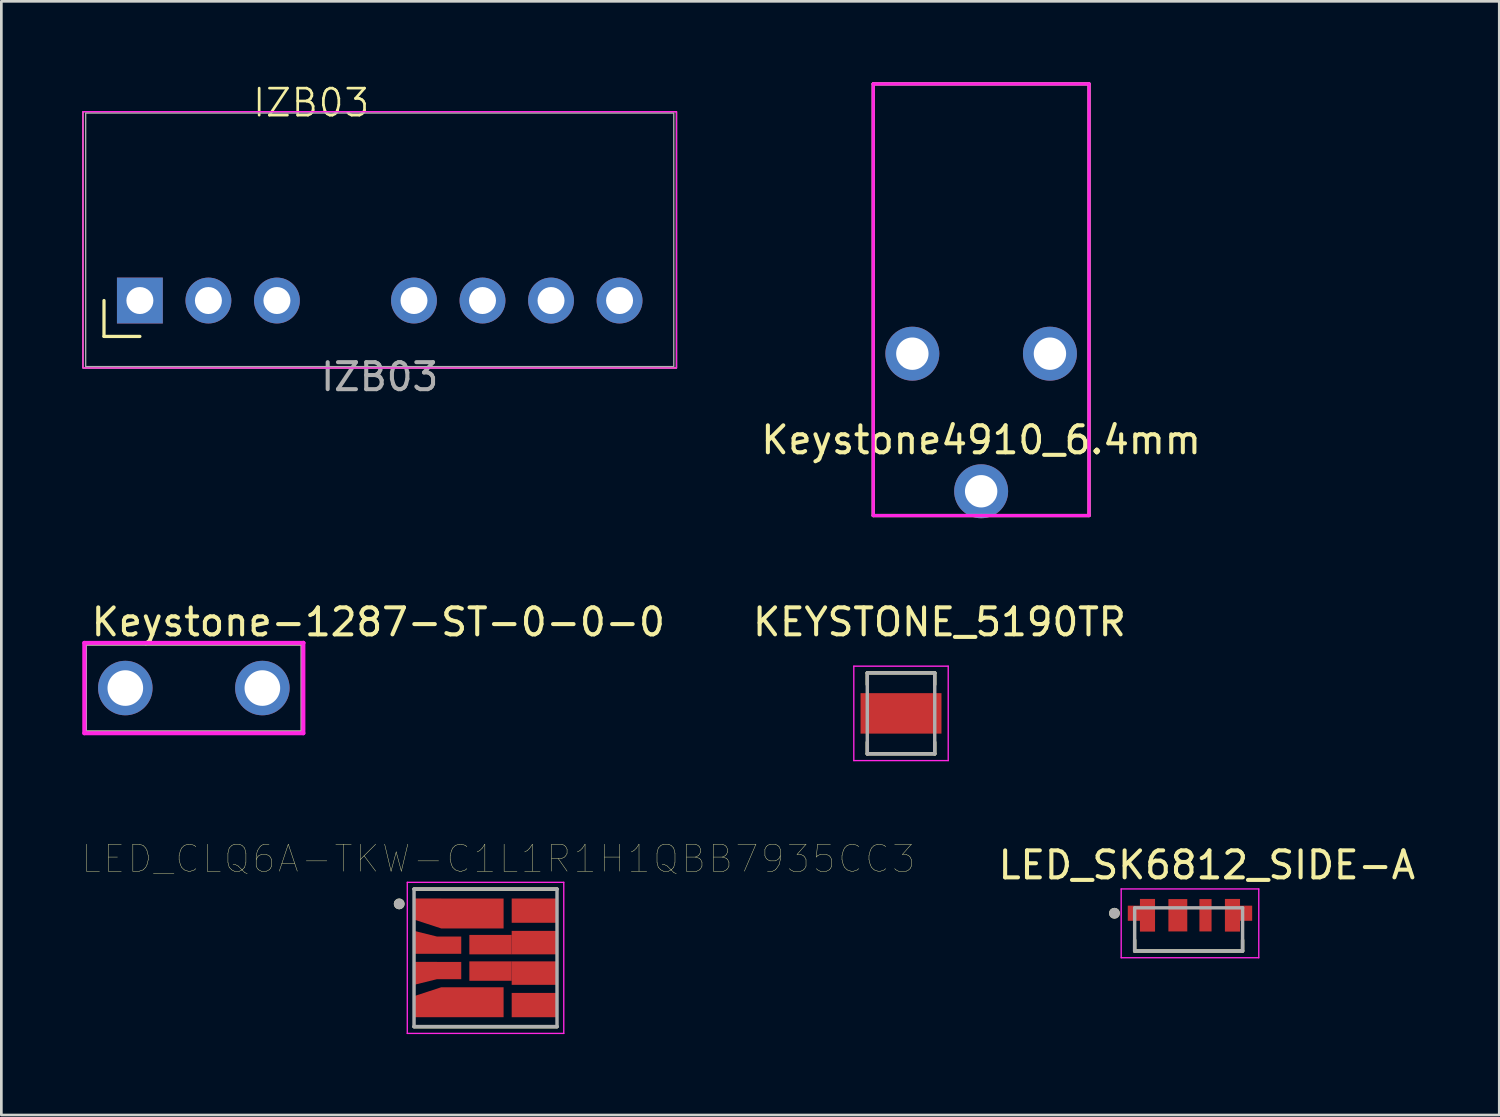
<source format=kicad_pcb>
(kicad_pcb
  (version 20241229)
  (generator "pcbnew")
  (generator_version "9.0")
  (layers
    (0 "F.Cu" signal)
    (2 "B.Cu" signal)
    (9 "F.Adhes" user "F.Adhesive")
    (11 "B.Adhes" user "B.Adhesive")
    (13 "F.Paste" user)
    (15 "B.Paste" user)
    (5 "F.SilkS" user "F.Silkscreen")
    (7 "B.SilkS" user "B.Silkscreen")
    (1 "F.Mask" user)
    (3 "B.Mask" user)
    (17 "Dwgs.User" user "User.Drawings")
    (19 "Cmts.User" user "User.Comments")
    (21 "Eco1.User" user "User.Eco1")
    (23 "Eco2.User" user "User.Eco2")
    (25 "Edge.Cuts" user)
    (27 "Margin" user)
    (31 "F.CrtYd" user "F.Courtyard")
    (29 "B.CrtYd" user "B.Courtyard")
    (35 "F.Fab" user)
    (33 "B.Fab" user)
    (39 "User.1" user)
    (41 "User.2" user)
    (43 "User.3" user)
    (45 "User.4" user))
  (footprint "LED_SK6812_SIDE-A"
    (layer "F.Cu")
    (at 41.009 31.401)
    (property "Reference" "LED_SK6812_SIDE-A" (at 0.675 -2.385 0) (layer "F.SilkS") (effects (font (size 1 1) (thickness 0.15))))
    (attr smd)
    (fp_poly (pts (xy -1.9 -0.225) (xy -2.35 -0.225) (xy -2.35 -0.975) (xy -1.9 -0.975) (xy -1.9 -1.225) (xy -1.15 -1.225) (xy -1.15 0.175) (xy -1.9 0.175)) (stroke (width 0.01) (type solid)) (fill yes) (layer "F.Mask"))
    (fp_poly (pts (xy 2 0.175) (xy 1.25 0.175) (xy 1.25 -1.225) (xy 2 -1.225) (xy 2 -0.975) (xy 2.45 -0.975) (xy 2.45 -0.225) (xy 2 -0.225)) (stroke (width 0.01) (type solid)) (fill yes) (layer "F.Mask"))
    (fp_line (start -2 0.395) (end -2 0.8) (stroke (width 0.127) (type solid)) (layer "F.SilkS"))
    (fp_line (start -2 0.8) (end 2 0.8) (stroke (width 0.127) (type solid)) (layer "F.SilkS"))
    (fp_line (start 2 0.395) (end 2 0.8) (stroke (width 0.127) (type solid)) (layer "F.SilkS"))
    (fp_circle (center -2.75 -0.6) (end -2.65 -0.6) (stroke (width 0.2) (type solid)) (fill no) (layer "F.SilkS"))
    (fp_poly (pts (xy -1.8 -0.325) (xy -2.25 -0.325) (xy -2.25 -0.875) (xy -1.8 -0.875) (xy -1.8 -1.125) (xy -1.25 -1.125) (xy -1.25 0.075) (xy -1.8 0.075)) (stroke (width 0.01) (type solid)) (fill yes) (layer "F.Paste"))
    (fp_poly (pts (xy 1.35 -1.125) (xy 1.35 0.075) (xy 1.9 0.075) (xy 1.9 -0.325) (xy 2.35 -0.325) (xy 2.35 -0.875) (xy 1.9 -0.875) (xy 1.9 -1.125)) (stroke (width 0.01) (type solid)) (fill yes) (layer "F.Paste"))
    (fp_line (start -2.5 -1.5) (end 2.6 -1.5) (stroke (width 0.05) (type solid)) (layer "F.CrtYd"))
    (fp_line (start -2.5 1.05) (end -2.5 -1.5) (stroke (width 0.05) (type solid)) (layer "F.CrtYd"))
    (fp_line (start 2.6 -1.5) (end 2.6 1.05) (stroke (width 0.05) (type solid)) (layer "F.CrtYd"))
    (fp_line (start 2.6 1.05) (end -2.5 1.05) (stroke (width 0.05) (type solid)) (layer "F.CrtYd"))
    (fp_line (start -2 -0.8) (end -2 0.8) (stroke (width 0.127) (type solid)) (layer "F.Fab"))
    (fp_line (start -2 -0.8) (end 2 -0.8) (stroke (width 0.127) (type solid)) (layer "F.Fab"))
    (fp_line (start -2 0.8) (end 2 0.8) (stroke (width 0.127) (type solid)) (layer "F.Fab"))
    (fp_line (start 2 -0.8) (end 2 0.8) (stroke (width 0.127) (type solid)) (layer "F.Fab"))
    (fp_circle (center -2.75 -0.6) (end -2.65 -0.6) (stroke (width 0.2) (type solid)) (fill no) (layer "F.Fab"))
    (pad "1" smd custom (at -1.525 -0.525) (size 0.5 1) (layers "F.Cu") (options (anchor rect)) (primitives (gr_poly (pts (xy -0.275 0.2) (xy -0.725 0.2) (xy -0.725 -0.35) (xy -0.275 -0.35) (xy -0.275 -0.6) (xy 0.275 -0.6) (xy 0.275 0.6) (xy -0.275 0.6)) (width 0.01) (fill yes))))
    (pad "2" smd rect (at -0.4 -0.525) (size 0.7 1.2) (layers "F.Cu" "F.Mask" "F.Paste"))
    (pad "3" smd rect (at 0.625 -0.525) (size 0.45 1.2) (layers "F.Cu" "F.Mask" "F.Paste"))
    (pad "4" smd custom (at 1.625 -0.525) (size 0.5 1) (layers "F.Cu") (options (anchor rect)) (primitives (gr_poly (pts (xy -0.275 -0.6) (xy -0.275 0.6) (xy 0.275 0.6) (xy 0.275 0.2) (xy 0.725 0.2) (xy 0.725 -0.35) (xy 0.275 -0.35) (xy 0.275 -0.6)) (width 0.01) (fill yes)))))
  (footprint "Keystone-1287-ST-0-0-0"
    (layer "F.Cu")
    (at 4.135 22.454)
    (property "Reference" "Keystone-1287-ST-0-0-0" (at -3.88 -2.445 0) (layer "F.SilkS") (effects (font (size 1 1) (thickness 0.15)) (justify left)))
    (attr through_hole)
    (fp_line (start -4.035 -1.65) (end 4.035 -1.65) (stroke (width 0.15) (type solid)) (layer "F.SilkS"))
    (fp_line (start -4.035 1.65) (end -4.035 -1.65) (stroke (width 0.15) (type solid)) (layer "F.SilkS"))
    (fp_line (start -4.035 1.65) (end 4.035 1.65) (stroke (width 0.15) (type solid)) (layer "F.SilkS"))
    (fp_line (start 4.035 1.65) (end 4.035 -1.65) (stroke (width 0.15) (type solid)) (layer "F.SilkS"))
    (fp_line (start -4.06 -1.675) (end -4.06 1.675) (stroke (width 0.15) (type solid)) (layer "F.CrtYd"))
    (fp_line (start -4.06 1.675) (end 4.06 1.675) (stroke (width 0.15) (type solid)) (layer "F.CrtYd"))
    (fp_line (start 4.06 -1.675) (end -4.06 -1.675) (stroke (width 0.15) (type solid)) (layer "F.CrtYd"))
    (fp_line (start 4.06 -1.675) (end 4.06 -1.675) (stroke (width 0.15) (type solid)) (layer "F.CrtYd"))
    (fp_line (start 4.06 1.675) (end 4.06 -1.675) (stroke (width 0.15) (type solid)) (layer "F.CrtYd"))
    (fp_line (start -4.035 -1.65) (end 4.035 -1.65) (stroke (width 0.15) (type solid)) (layer "F.Fab"))
    (fp_line (start -4.035 1.65) (end -4.035 -1.65) (stroke (width 0.15) (type solid)) (layer "F.Fab"))
    (fp_line (start 4.035 -1.65) (end 4.035 1.65) (stroke (width 0.15) (type solid)) (layer "F.Fab"))
    (fp_line (start 4.035 1.65) (end -4.035 1.65) (stroke (width 0.15) (type solid)) (layer "F.Fab"))
    (pad "1" thru_hole circle (at -2.54 0) (size 2.02 2.02) (drill 1.32) (layers "*.Cu" "*.Mask"))
    (pad "1" thru_hole circle (at 2.54 0) (size 2.02 2.02) (drill 1.32) (layers "*.Cu" "*.Mask")))
  (footprint "LED_CLQ6A-TKW-C1L1R1H1QBB7935CC3"
    (layer "F.Cu")
    (at 14.947 32.455)
    (property "Reference" "LED_CLQ6A-TKW-C1L1R1H1QBB7935CC3" (at 0.475 -3.675 0) (layer "F.SilkS") (effects (font (size 1 1) (thickness 0.015))))
    (attr through_hole)
    (fp_line (start -2.65 -2.55) (end 2.65 -2.55) (stroke (width 0.127) (type solid)) (layer "F.SilkS"))
    (fp_line (start 2.65 2.55) (end -2.65 2.55) (stroke (width 0.127) (type solid)) (layer "F.SilkS"))
    (fp_circle (center -3.2 -2) (end -3.1 -2) (stroke (width 0.2) (type solid)) (fill no) (layer "F.SilkS"))
    (fp_line (start -2.9 -2.8) (end 2.9 -2.8) (stroke (width 0.05) (type solid)) (layer "F.CrtYd"))
    (fp_line (start -2.9 2.8) (end -2.9 -2.8) (stroke (width 0.05) (type solid)) (layer "F.CrtYd"))
    (fp_line (start 2.9 -2.8) (end 2.9 2.8) (stroke (width 0.05) (type solid)) (layer "F.CrtYd"))
    (fp_line (start 2.9 2.8) (end -2.9 2.8) (stroke (width 0.05) (type solid)) (layer "F.CrtYd"))
    (fp_line (start -2.65 -2.55) (end 2.65 -2.55) (stroke (width 0.127) (type solid)) (layer "F.Fab"))
    (fp_line (start -2.65 2.55) (end -2.65 -2.55) (stroke (width 0.127) (type solid)) (layer "F.Fab"))
    (fp_line (start 2.65 -2.55) (end 2.65 2.55) (stroke (width 0.127) (type solid)) (layer "F.Fab"))
    (fp_line (start 2.65 2.55) (end -2.65 2.55) (stroke (width 0.127) (type solid)) (layer "F.Fab"))
    (fp_circle (center -3.2 -2) (end -3.1 -2) (stroke (width 0.2) (type solid)) (fill no) (layer "F.Fab"))
    (pad "1" smd custom (at -0.485 -1.645) (size 2.31 1.11) (layers "F.Cu" "F.Mask" "F.Paste") (options (anchor rect)) (primitives (gr_poly (pts (xy -1.155 -0.555) (xy -2.165 -0.555) (xy -2.165 0.225) (xy -1.155 0.555)) (width 0.001) (fill yes))))
    (pad "2" smd custom (at -1.35 -0.47) (size 0.9 0.64) (layers "F.Cu" "F.Mask" "F.Paste") (options (anchor rect)) (primitives (gr_poly (pts (xy -0.45 0.32) (xy -1.3 0.32) (xy -1.3 -0.53) (xy -0.45 -0.32)) (width 0.001) (fill yes))))
    (pad "3" smd custom (at -1.35 0.47) (size 0.9 0.64) (layers "F.Cu" "F.Mask" "F.Paste") (options (anchor rect)) (primitives (gr_poly (pts (xy -0.45 -0.32) (xy -1.3 -0.32) (xy -1.3 0.53) (xy -0.45 0.32)) (width 0.001) (fill yes))))
    (pad "4" smd custom (at -0.485 1.645) (size 2.31 1.11) (layers "F.Cu" "F.Mask" "F.Paste") (options (anchor rect)) (primitives (gr_poly (pts (xy -1.155 0.555) (xy -2.165 0.555) (xy -2.165 -0.225) (xy -1.155 -0.555)) (width 0.001) (fill yes))))
    (pad "5" smd rect (at 1.81 1.75) (size 1.68 0.9) (layers "F.Cu" "F.Mask" "F.Paste"))
    (pad "6" smd rect (at 0.185 0.49) (size 1.57 0.72) (layers "F.Cu" "F.Mask" "F.Paste"))
    (pad "6" smd rect (at 1.81 0.565) (size 1.68 0.87) (layers "F.Cu" "F.Mask" "F.Paste"))
    (pad "7" smd rect (at 0.185 -0.49) (size 1.57 0.72) (layers "F.Cu" "F.Mask" "F.Paste"))
    (pad "7" smd rect (at 1.81 -0.565) (size 1.68 0.87) (layers "F.Cu" "F.Mask" "F.Paste"))
    (pad "8" smd rect (at 1.81 -1.75) (size 1.68 0.9) (layers "F.Cu" "F.Mask" "F.Paste")))
  (footprint "KEYSTONE_5190TR"
    (layer "F.Cu")
    (at 30.348 23.393)
    (property "Reference" "KEYSTONE_5190TR" (at 1.425 -3.385 0) (layer "F.SilkS") (effects (font (size 1 1) (thickness 0.15))))
    (attr smd)
    (fp_line (start -1.25 -1.5) (end -1.25 -1.07) (stroke (width 0.127) (type solid)) (layer "F.SilkS"))
    (fp_line (start -1.25 1.5) (end -1.25 1.07) (stroke (width 0.127) (type solid)) (layer "F.SilkS"))
    (fp_line (start -1.25 1.5) (end 1.25 1.5) (stroke (width 0.127) (type solid)) (layer "F.SilkS"))
    (fp_line (start 1.25 -1.5) (end -1.25 -1.5) (stroke (width 0.127) (type solid)) (layer "F.SilkS"))
    (fp_line (start 1.25 -1.07) (end 1.25 -1.5) (stroke (width 0.127) (type solid)) (layer "F.SilkS"))
    (fp_line (start 1.25 1.5) (end 1.25 1.07) (stroke (width 0.127) (type solid)) (layer "F.SilkS"))
    (fp_line (start -1.75 -1.75) (end -1.75 1.75) (stroke (width 0.05) (type solid)) (layer "F.CrtYd"))
    (fp_line (start -1.75 1.75) (end 1.75 1.75) (stroke (width 0.05) (type solid)) (layer "F.CrtYd"))
    (fp_line (start 1.75 -1.75) (end -1.75 -1.75) (stroke (width 0.05) (type solid)) (layer "F.CrtYd"))
    (fp_line (start 1.75 1.75) (end 1.75 -1.75) (stroke (width 0.05) (type solid)) (layer "F.CrtYd"))
    (fp_line (start -1.25 -1.5) (end -1.25 1.5) (stroke (width 0.127) (type solid)) (layer "F.Fab"))
    (fp_line (start -1.25 1.5) (end 1.25 1.5) (stroke (width 0.127) (type solid)) (layer "F.Fab"))
    (fp_line (start 1.25 -1.5) (end -1.25 -1.5) (stroke (width 0.127) (type solid)) (layer "F.Fab"))
    (fp_line (start 1.25 1.5) (end 1.25 -1.5) (stroke (width 0.127) (type solid)) (layer "F.Fab"))
    (pad "TP" smd rect (at 0 0) (size 3 1.5) (layers "F.Cu" "F.Mask" "F.Paste")))
  (footprint "Keystone4910_6.4mm"
    (layer "F.Cu")
    (at 33.318 10.06)
    (property "Reference" "Keystone4910_6.4mm" (at 0 3.2 0) (layer "F.SilkS") (effects (font (size 1 1) (thickness 0.15))))
    (attr through_hole)
    (fp_line (start -4 -10) (end -4 6) (stroke (width 0.12) (type solid)) (layer "F.SilkS"))
    (fp_line (start -4 6) (end 0 6) (stroke (width 0.12) (type solid)) (layer "F.SilkS"))
    (fp_line (start 0 6) (end 4 6) (stroke (width 0.12) (type solid)) (layer "F.SilkS"))
    (fp_line (start 4 -10) (end -4 -10) (stroke (width 0.12) (type solid)) (layer "F.SilkS"))
    (fp_line (start 4 6) (end 4 -10) (stroke (width 0.12) (type solid)) (layer "F.SilkS"))
    (fp_line (start -4 -10) (end -4 6) (stroke (width 0.12) (type solid)) (layer "F.CrtYd"))
    (fp_line (start -4 6) (end 4 6) (stroke (width 0.12) (type solid)) (layer "F.CrtYd"))
    (fp_line (start 4 -10) (end -4 -10) (stroke (width 0.12) (type solid)) (layer "F.CrtYd"))
    (fp_line (start 4 6) (end 4 -10) (stroke (width 0.12) (type solid)) (layer "F.CrtYd"))
    (pad "1" thru_hole circle (at -2.55 0) (size 2 2) (drill 1.2) (layers "*.Cu" "*.Mask"))
    (pad "1" thru_hole circle (at 0 5.1) (size 2 2) (drill 1.2) (layers "*.Cu" "*.Mask"))
    (pad "1" thru_hole circle (at 2.55 0) (size 2 2) (drill 1.2) (layers "*.Cu" "*.Mask")))
  (footprint "IZB03"
    (layer "F.Cu")
    (at 11.025 5.84)
    (property "Reference" "IZB03" (at -2.54 -5.08 0) (unlocked yes) (layer "F.SilkS") (effects (font (size 1 1) (thickness 0.1))))
    (attr smd)
    (fp_line (start -10.22 3.58) (end -10.22 2.25) (stroke (width 0.12) (type solid)) (layer "F.SilkS"))
    (fp_line (start -8.89 3.58) (end -10.22 3.58) (stroke (width 0.12) (type solid)) (layer "F.SilkS"))
    (fp_rect (start -11 -4.75) (end 11 4.75) (stroke (width 0.05) (type default)) (fill no) (layer "F.SilkS"))
    (fp_rect (start -11 -4.75) (end 11 4.75) (stroke (width 0.05) (type default)) (fill no) (layer "F.CrtYd"))
    (fp_rect (start -10.9 -4.7) (end 10.9 4.7) (stroke (width 0.05) (type default)) (fill no) (layer "F.Fab"))
    (fp_text user "${REFERENCE}" (at 0 5.08 0) (unlocked yes) (layer "F.Fab") (effects (font (size 1 1) (thickness 0.15))))
    (pad "1" thru_hole rect (at -8.89 2.25 90) (size 1.7 1.7) (drill 1) (layers "*.Cu" "*.Mask"))
    (pad "2" thru_hole oval (at -6.35 2.25 90) (size 1.7 1.7) (drill 1) (layers "*.Cu" "*.Mask"))
    (pad "3" thru_hole oval (at -3.81 2.25 90) (size 1.7 1.7) (drill 1) (layers "*.Cu" "*.Mask"))
    (pad "5" thru_hole oval (at 1.27 2.25 90) (size 1.7 1.7) (drill 1) (layers "*.Cu" "*.Mask"))
    (pad "6" thru_hole oval (at 3.81 2.25 90) (size 1.7 1.7) (drill 1) (layers "*.Cu" "*.Mask"))
    (pad "7" thru_hole oval (at 6.35 2.25 90) (size 1.7 1.7) (drill 1) (layers "*.Cu" "*.Mask"))
    (pad "8" thru_hole oval (at 8.89 2.25 90) (size 1.7 1.7) (drill 1) (layers "*.Cu" "*.Mask")))
  (gr_rect
    (start -3 -3)
    (end 52.524 38.28)
    (stroke (width 0.1) (type default))
    (fill no)
    (layer "Edge.Cuts")))
</source>
